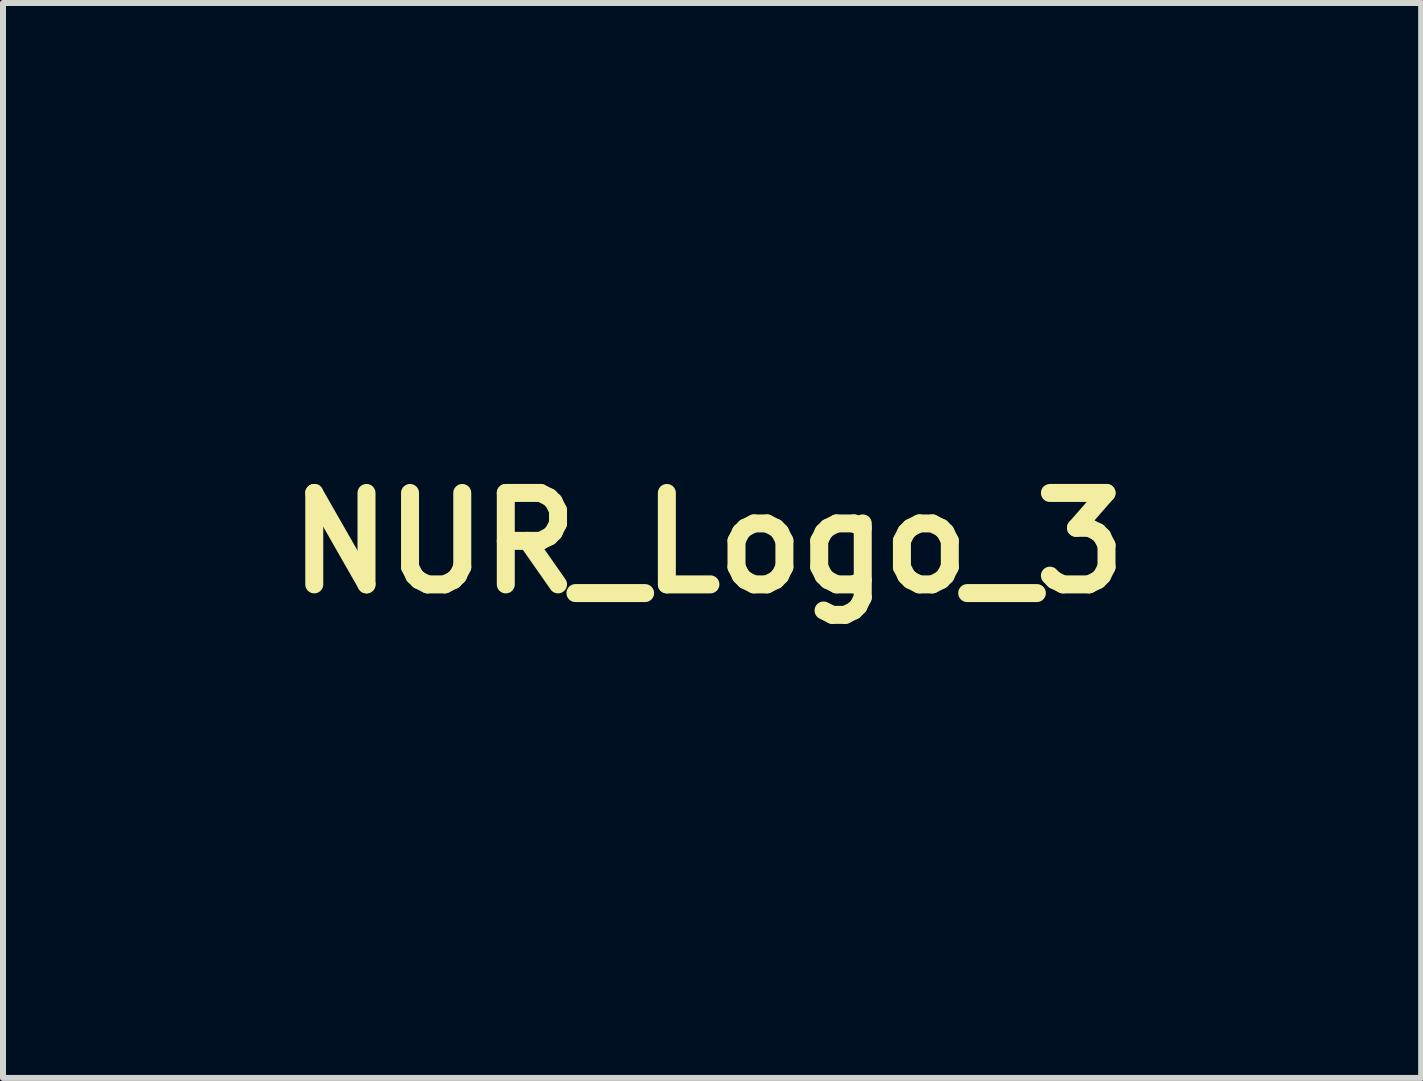
<source format=kicad_pcb>
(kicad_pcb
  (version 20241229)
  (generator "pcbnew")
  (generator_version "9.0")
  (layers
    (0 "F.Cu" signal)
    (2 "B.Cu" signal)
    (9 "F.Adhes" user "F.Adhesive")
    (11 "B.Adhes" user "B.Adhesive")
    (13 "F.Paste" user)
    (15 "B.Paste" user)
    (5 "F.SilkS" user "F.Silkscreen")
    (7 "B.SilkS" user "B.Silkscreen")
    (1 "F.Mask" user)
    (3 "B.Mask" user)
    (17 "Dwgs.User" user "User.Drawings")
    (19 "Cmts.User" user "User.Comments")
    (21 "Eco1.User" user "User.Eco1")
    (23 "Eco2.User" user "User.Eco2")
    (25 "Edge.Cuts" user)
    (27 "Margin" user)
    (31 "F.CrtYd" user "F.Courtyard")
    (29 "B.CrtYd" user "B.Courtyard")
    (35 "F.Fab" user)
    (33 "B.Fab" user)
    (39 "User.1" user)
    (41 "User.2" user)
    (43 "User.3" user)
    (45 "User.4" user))
  (footprint "NUR_Logo_3"
    (layer "F.Cu")
    (at 8.757 6.003)
    (property "Reference" "NUR_Logo_3" (at 0 0 0) (layer "F.SilkS") (effects (font (size 1.524 1.524) (thickness 0.3))))
    (attr through_hole)
    (fp_poly (pts (xy 0.731 4.163) (xy 0.762 4.181) (xy 0.729 4.269) (xy 0.641 4.468) (xy 0.517 4.738) (xy 0.5 4.774) (xy 0.337 5.092) (xy 0.205 5.271) (xy 0.086 5.333) (xy 0.071 5.334) (xy -0.047 5.303) (xy -0.048 5.18) (xy -0.037 5.144) (xy 0.093 4.802) (xy 0.252 4.498) (xy 0.415 4.27) (xy 0.559 4.155) (xy 0.594 4.149) (xy 0.731 4.163)) (stroke (width 0.01) (type solid)) (fill no) (layer "Eco2.User"))
    (fp_poly (pts (xy 2.868 4.16) (xy 2.892 4.216) (xy 2.857 4.348) (xy 2.759 4.588) (xy 2.692 4.741) (xy 2.529 5.071) (xy 2.39 5.274) (xy 2.298 5.334) (xy 2.169 5.278) (xy 1.973 5.133) (xy 1.81 4.985) (xy 1.454 4.635) (xy 1.275 4.985) (xy 1.102 5.244) (xy 0.934 5.334) (xy 0.928 5.334) (xy 0.822 5.321) (xy 0.805 5.25) (xy 0.87 5.075) (xy 0.877 5.059) (xy 1.069 4.63) (xy 1.22 4.346) (xy 1.34 4.191) (xy 1.431 4.149) (xy 1.558 4.205) (xy 1.752 4.349) (xy 1.916 4.498) (xy 2.272 4.847) (xy 2.45 4.498) (xy 2.616 4.247) (xy 2.777 4.149) (xy 2.791 4.149) (xy 2.868 4.16)) (stroke (width 0.01) (type solid)) (fill no) (layer "Eco2.User"))
    (fp_poly (pts (xy -2.69 4.186) (xy -2.602 4.315) (xy -2.519 4.558) (xy -2.429 4.939) (xy -2.404 5.063) (xy -2.38 5.249) (xy -2.433 5.322) (xy -2.572 5.334) (xy -2.75 5.292) (xy -2.794 5.207) (xy -2.84 5.126) (xy -3 5.087) (xy -3.207 5.08) (xy -3.527 5.11) (xy -3.714 5.195) (xy -3.725 5.207) (xy -3.843 5.281) (xy -4.014 5.33) (xy -4.167 5.341) (xy -4.233 5.301) (xy -4.17 5.214) (xy -4.004 5.056) (xy -3.77 4.854) (xy -3.678 4.779) (xy -3.274 4.779) (xy -3.24 4.821) (xy -3.103 4.826) (xy -2.931 4.791) (xy -2.879 4.667) (xy -2.879 4.657) (xy -2.909 4.519) (xy -2.95 4.487) (xy -3.055 4.544) (xy -3.175 4.657) (xy -3.274 4.779) (xy -3.678 4.779) (xy -3.502 4.636) (xy -3.234 4.431) (xy -3.002 4.264) (xy -2.84 4.165) (xy -2.793 4.149) (xy -2.69 4.186)) (stroke (width 0.01) (type solid)) (fill no) (layer "Eco2.User"))
    (fp_poly (pts (xy -4.508 4.159) (xy -4.255 4.186) (xy -4.116 4.225) (xy -4.105 4.236) (xy -4.104 4.378) (xy -4.196 4.57) (xy -4.342 4.755) (xy -4.503 4.878) (xy -4.563 4.896) (xy -4.758 4.925) (xy -4.565 5.129) (xy -4.373 5.334) (xy -4.627 5.334) (xy -4.915 5.254) (xy -5.08 5.122) (xy -5.247 4.978) (xy -5.384 4.911) (xy -5.393 4.911) (xy -5.509 4.98) (xy -5.603 5.122) (xy -5.712 5.257) (xy -5.854 5.331) (xy -5.972 5.325) (xy -6.011 5.247) (xy -5.975 5.131) (xy -5.882 4.914) (xy -5.756 4.654) (xy -5.706 4.556) (xy -5.315 4.556) (xy -5.294 4.623) (xy -5.153 4.647) (xy -4.947 4.64) (xy -4.685 4.602) (xy -4.528 4.534) (xy -4.506 4.504) (xy -4.528 4.437) (xy -4.669 4.412) (xy -4.874 4.419) (xy -5.137 4.458) (xy -5.293 4.525) (xy -5.315 4.556) (xy -5.706 4.556) (xy -5.501 4.149) (xy -4.83 4.149) (xy -4.508 4.159)) (stroke (width 0.01) (type solid)) (fill no) (layer "Eco2.User"))
    (fp_poly (pts (xy -0.317 4.164) (xy -0.211 4.195) (xy -0.173 4.255) (xy -0.169 4.312) (xy -0.238 4.486) (xy -0.333 4.569) (xy -0.507 4.647) (xy -0.58 4.622) (xy -0.593 4.53) (xy -0.645 4.444) (xy -0.82 4.407) (xy -0.958 4.403) (xy -1.196 4.417) (xy -1.334 4.485) (xy -1.44 4.648) (xy -1.466 4.702) (xy -1.557 4.902) (xy -1.606 5.027) (xy -1.609 5.041) (xy -1.533 5.064) (xy -1.342 5.078) (xy -1.232 5.08) (xy -0.943 5.051) (xy -0.79 4.961) (xy -0.777 4.94) (xy -0.661 4.857) (xy -0.518 4.865) (xy -0.428 4.954) (xy -0.423 4.987) (xy -0.487 5.154) (xy -0.683 5.264) (xy -1.025 5.322) (xy -1.361 5.334) (xy -1.699 5.329) (xy -1.901 5.311) (xy -2 5.271) (xy -2.03 5.203) (xy -2.03 5.186) (xy -1.99 5.032) (xy -1.889 4.795) (xy -1.797 4.614) (xy -1.566 4.191) (xy -0.868 4.166) (xy -0.525 4.157) (xy -0.317 4.164)) (stroke (width 0.01) (type solid)) (fill no) (layer "Eco2.User"))
    (fp_poly (pts (xy 4.642 4.153) (xy 4.85 4.169) (xy 4.956 4.205) (xy 4.993 4.269) (xy 4.995 4.308) (xy 4.936 4.43) (xy 4.803 4.517) (xy 4.663 4.542) (xy 4.586 4.485) (xy 4.493 4.437) (xy 4.286 4.408) (xy 4.143 4.403) (xy 3.89 4.412) (xy 3.741 4.464) (xy 3.634 4.596) (xy 3.556 4.741) (xy 3.383 5.08) (xy 3.846 5.08) (xy 4.111 5.066) (xy 4.302 5.029) (xy 4.36 4.995) (xy 4.327 4.936) (xy 4.161 4.911) (xy 4.147 4.911) (xy 3.954 4.882) (xy 3.915 4.805) (xy 4.019 4.737) (xy 4.257 4.689) (xy 4.436 4.673) (xy 4.707 4.662) (xy 4.842 4.674) (xy 4.872 4.724) (xy 4.829 4.825) (xy 4.82 4.843) (xy 4.687 5.074) (xy 4.549 5.218) (xy 4.363 5.297) (xy 4.087 5.329) (xy 3.76 5.334) (xy 3.431 5.325) (xy 3.171 5.3) (xy 3.024 5.265) (xy 3.008 5.253) (xy 3.017 5.14) (xy 3.091 4.934) (xy 3.203 4.686) (xy 3.33 4.448) (xy 3.447 4.27) (xy 3.504 4.213) (xy 3.628 4.184) (xy 3.875 4.162) (xy 4.197 4.151) (xy 4.297 4.15) (xy 4.642 4.153)) (stroke (width 0.01) (type solid)) (fill no) (layer "Eco2.User"))
    (fp_poly (pts (xy 5.777 -3.895) (xy 6.086 -3.89) (xy 6.318 -3.879) (xy 6.43 -3.863) (xy 6.435 -3.858) (xy 6.4 -3.776) (xy 6.301 -3.557) (xy 6.146 -3.218) (xy 5.942 -2.775) (xy 5.696 -2.244) (xy 5.416 -1.642) (xy 5.111 -0.985) (xy 4.999 -0.747) (xy 3.564 2.328) (xy 3.903 2.355) (xy 4.075 2.365) (xy 4.223 2.357) (xy 4.359 2.32) (xy 4.489 2.238) (xy 4.625 2.099) (xy 4.775 1.89) (xy 4.947 1.597) (xy 5.152 1.207) (xy 5.398 0.708) (xy 5.695 0.084) (xy 6.052 -0.675) (xy 6.162 -0.91) (xy 7.559 -3.895) (xy 8.88 -3.895) (xy 8.721 -3.535) (xy 8.453 -2.94) (xy 8.157 -2.295) (xy 7.842 -1.619) (xy 7.516 -0.93) (xy 7.19 -0.247) (xy 6.872 0.409) (xy 6.572 1.022) (xy 6.298 1.57) (xy 6.061 2.036) (xy 5.869 2.401) (xy 5.732 2.645) (xy 5.67 2.737) (xy 5.253 3.105) (xy 4.719 3.364) (xy 4.09 3.505) (xy 3.812 3.526) (xy 3.459 3.527) (xy 3.136 3.507) (xy 2.912 3.47) (xy 2.907 3.468) (xy 2.675 3.347) (xy 2.447 3.155) (xy 2.411 3.115) (xy 2.257 2.888) (xy 2.214 2.67) (xy 2.224 2.542) (xy 2.268 2.399) (xy 2.377 2.122) (xy 2.542 1.729) (xy 2.755 1.238) (xy 3.008 0.668) (xy 3.294 0.036) (xy 3.604 -0.639) (xy 3.692 -0.828) (xy 5.119 -3.895) (xy 5.777 -3.895)) (stroke (width 0.01) (type solid)) (fill no) (layer "Eco2.User"))
    (fp_poly (pts (xy 3.063 -3.827) (xy 3.449 -3.698) (xy 3.724 -3.5) (xy 3.768 -3.445) (xy 3.835 -3.334) (xy 3.878 -3.213) (xy 3.89 -3.069) (xy 3.868 -2.885) (xy 3.806 -2.647) (xy 3.7 -2.34) (xy 3.543 -1.95) (xy 3.332 -1.462) (xy 3.06 -0.86) (xy 2.725 -0.131) (xy 2.462 0.435) (xy 1.029 3.514) (xy 0.338 3.538) (xy 0.026 3.542) (xy -0.202 3.531) (xy -0.311 3.507) (xy -0.314 3.496) (xy -0.262 3.393) (xy -0.151 3.159) (xy 0.011 2.815) (xy 0.215 2.381) (xy 0.45 1.876) (xy 0.709 1.32) (xy 0.981 0.734) (xy 1.258 0.137) (xy 1.529 -0.45) (xy 1.787 -1.008) (xy 2.021 -1.516) (xy 2.223 -1.955) (xy 2.382 -2.305) (xy 2.491 -2.546) (xy 2.538 -2.657) (xy 2.54 -2.662) (xy 2.466 -2.7) (xy 2.283 -2.707) (xy 2.044 -2.686) (xy 1.805 -2.642) (xy 1.651 -2.594) (xy 1.581 -2.553) (xy 1.505 -2.482) (xy 1.418 -2.367) (xy 1.31 -2.192) (xy 1.175 -1.944) (xy 1.004 -1.608) (xy 0.791 -1.17) (xy 0.526 -0.614) (xy 0.203 0.073) (xy -0.003 0.514) (xy -1.403 3.514) (xy -2.056 3.538) (xy -2.364 3.543) (xy -2.594 3.534) (xy -2.705 3.512) (xy -2.709 3.505) (xy -2.674 3.398) (xy -2.572 3.159) (xy -2.415 2.807) (xy -2.211 2.362) (xy -1.97 1.843) (xy -1.702 1.271) (xy -1.414 0.665) (xy -1.118 0.044) (xy -0.822 -0.571) (xy -0.536 -1.162) (xy -0.269 -1.708) (xy -0.03 -2.19) (xy 0.17 -2.589) (xy 0.324 -2.883) (xy 0.421 -3.055) (xy 0.441 -3.085) (xy 0.654 -3.286) (xy 0.948 -3.493) (xy 1.151 -3.606) (xy 1.611 -3.776) (xy 2.107 -3.868) (xy 2.604 -3.884) (xy 3.063 -3.827)) (stroke (width 0.01) (type solid)) (fill no) (layer "Eco2.User"))
    (fp_poly (pts (xy -4.664 -5.993) (xy -4.452 -5.948) (xy -4.334 -5.822) (xy -4.28 -5.688) (xy -4.186 -5.406) (xy -4.041 -5.71) (xy -3.933 -5.905) (xy -3.818 -5.981) (xy -3.627 -5.979) (xy -3.578 -5.973) (xy -3.286 -5.936) (xy -2.95 -5.894) (xy -2.862 -5.882) (xy -2.619 -5.844) (xy -2.491 -5.776) (xy -2.426 -5.634) (xy -2.391 -5.478) (xy -2.318 -5.122) (xy -2.173 -5.397) (xy -2.072 -5.556) (xy -1.954 -5.641) (xy -1.782 -5.657) (xy -1.521 -5.607) (xy -1.152 -5.5) (xy -0.593 -5.327) (xy -0.593 -4.933) (xy -0.593 -4.539) (xy -0.038 -5.076) (xy 0.547 -4.776) (xy 0.867 -4.606) (xy 1.158 -4.441) (xy 1.361 -4.313) (xy 1.371 -4.306) (xy 1.61 -4.136) (xy 1.109 -3.885) (xy 0.738 -3.668) (xy 0.421 -3.404) (xy 0.136 -3.065) (xy -0.143 -2.621) (xy -0.438 -2.045) (xy -0.476 -1.965) (xy -0.652 -1.592) (xy -0.804 -1.278) (xy -0.916 -1.053) (xy -0.973 -0.947) (xy -0.976 -0.944) (xy -1.047 -0.976) (xy -1.17 -1.105) (xy -1.185 -1.123) (xy -1.427 -1.308) (xy -1.791 -1.43) (xy -2.237 -1.486) (xy -2.728 -1.472) (xy -3.227 -1.386) (xy -3.469 -1.314) (xy -3.609 -1.262) (xy -3.65 -1.229) (xy -3.573 -1.205) (xy -3.36 -1.183) (xy -3.119 -1.164) (xy -2.596 -1.094) (xy -2.216 -0.969) (xy -1.958 -0.78) (xy -1.816 -0.553) (xy -1.751 -0.354) (xy -1.747 -0.166) (xy -1.805 0.088) (xy -1.823 0.153) (xy -2.073 0.72) (xy -2.483 1.288) (xy -3.044 1.848) (xy -3.746 2.391) (xy -4.549 2.892) (xy -5.231 3.335) (xy -5.812 3.835) (xy -6.271 4.369) (xy -6.585 4.915) (xy -6.618 4.995) (xy -6.736 5.27) (xy -6.864 5.458) (xy -7.042 5.593) (xy -7.312 5.708) (xy -7.62 5.808) (xy -7.893 5.887) (xy -8.072 5.914) (xy -8.226 5.888) (xy -8.423 5.81) (xy -8.435 5.805) (xy -8.631 5.703) (xy -8.748 5.611) (xy -8.752 5.606) (xy -8.737 5.502) (xy -8.66 5.277) (xy -8.646 5.244) (xy -8.043 5.244) (xy -8.025 5.397) (xy -7.974 5.387) (xy -7.929 5.294) (xy -7.93 5.158) (xy -7.962 5.12) (xy -8.026 5.148) (xy -8.043 5.244) (xy -8.646 5.244) (xy -8.531 4.963) (xy -8.365 4.59) (xy -8.331 4.518) (xy -7.942 3.691) (xy -7.551 2.858) (xy -7.165 2.033) (xy -6.79 1.229) (xy -6.433 0.461) (xy -6.193 -0.057) (xy -5.357 -0.057) (xy -5.354 -0.003) (xy -5.256 -0.056) (xy -5.087 -0.184) (xy -5.024 -0.236) (xy -4.848 -0.417) (xy -4.79 -0.581) (xy -4.801 -0.699) (xy -4.851 -0.867) (xy -4.903 -0.931) (xy -4.967 -0.861) (xy -5.077 -0.68) (xy -5.188 -0.466) (xy -5.298 -0.224) (xy -5.357 -0.057) (xy -6.193 -0.057) (xy -6.101 -0.256) (xy -5.8 -0.908) (xy -5.537 -1.48) (xy -5.318 -1.959) (xy -5.151 -2.33) (xy -5.041 -2.579) (xy -4.996 -2.691) (xy -4.995 -2.695) (xy -5.059 -2.765) (xy -5.239 -2.924) (xy -5.517 -3.156) (xy -5.54 -3.175) (xy -3.387 -3.175) (xy -3.344 -3.133) (xy -3.302 -3.175) (xy -3.344 -3.217) (xy -3.387 -3.175) (xy -5.54 -3.175) (xy -5.8 -3.387) (xy -3.471 -3.387) (xy -3.44 -3.317) (xy -3.415 -3.33) (xy -3.405 -3.431) (xy -3.415 -3.443) (xy -3.465 -3.431) (xy -3.471 -3.387) (xy -5.8 -3.387) (xy -5.873 -3.446) (xy -6.291 -3.778) (xy -6.586 -4.01) (xy -3.544 -4.01) (xy -3.541 -3.895) (xy -3.529 -3.514) (xy -3.479 -3.931) (xy -3.429 -4.349) (xy -3.154 -4.073) (xy -2.968 -3.898) (xy -2.89 -3.847) (xy -2.919 -3.914) (xy -3.056 -4.089) (xy -3.146 -4.193) (xy -3.332 -4.372) (xy -3.455 -4.405) (xy -3.523 -4.286) (xy -3.544 -4.01) (xy -6.586 -4.01) (xy -6.604 -4.024) (xy -7.16 -4.46) (xy -7.589 -4.804) (xy -7.9 -5.063) (xy -8.102 -5.246) (xy -8.205 -5.359) (xy -8.217 -5.412) (xy -8.191 -5.419) (xy -8.106 -5.438) (xy -7.891 -5.489) (xy -7.583 -5.565) (xy -7.323 -5.629) (xy -6.966 -5.717) (xy -6.671 -5.787) (xy -6.478 -5.831) (xy -6.422 -5.841) (xy -6.345 -5.777) (xy -6.226 -5.618) (xy -6.196 -5.572) (xy -6.025 -5.302) (xy -5.949 -5.593) (xy -5.893 -5.762) (xy -5.805 -5.858) (xy -5.636 -5.914) (xy -5.413 -5.951) (xy -5.09 -5.985) (xy -4.786 -5.998) (xy -4.664 -5.993)) (stroke (width 0.01) (type solid)) (fill no) (layer "Eco2.User")))
  (gr_rect
    (start -3 -3)
    (end 20.643 14.921)
    (stroke (width 0.1) (type default))
    (fill no)
    (layer "Edge.Cuts")))
</source>
